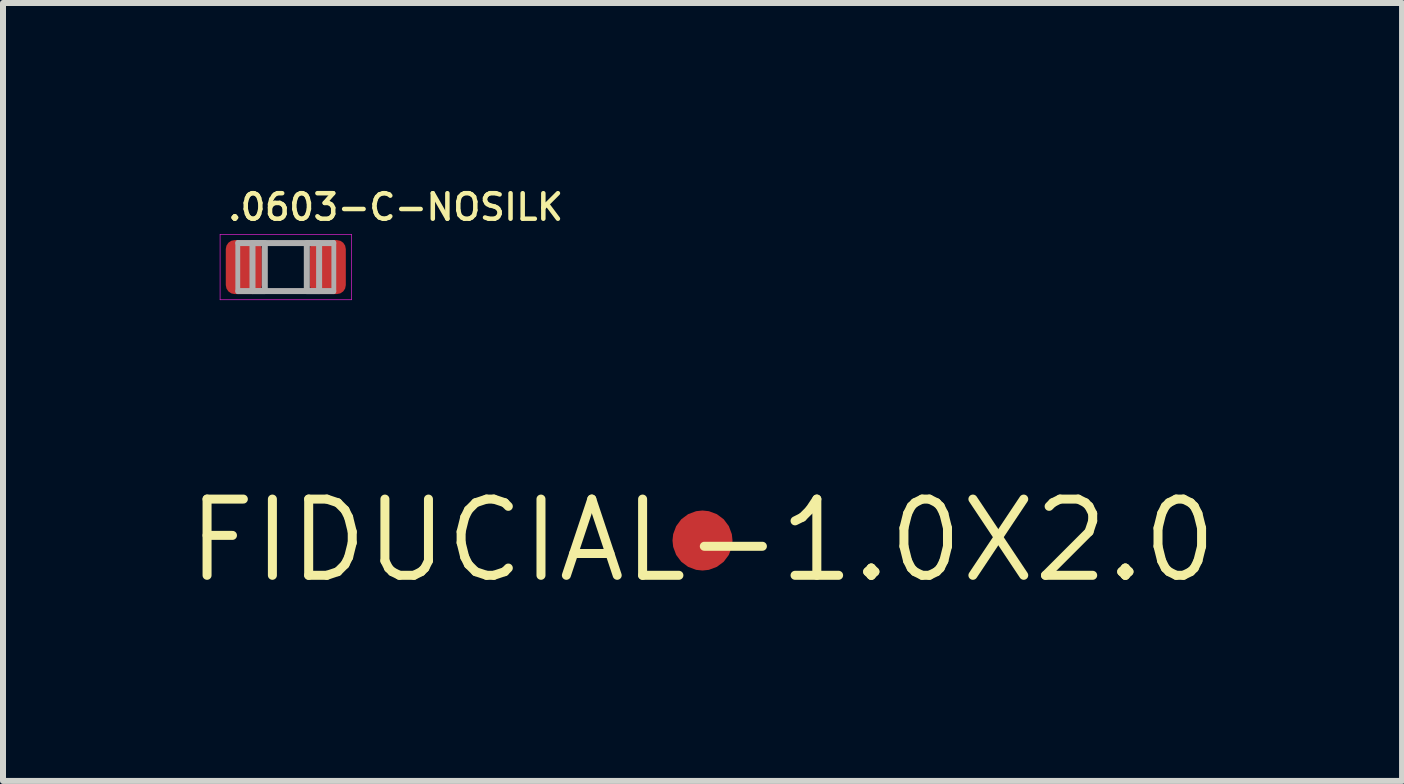
<source format=kicad_pcb>
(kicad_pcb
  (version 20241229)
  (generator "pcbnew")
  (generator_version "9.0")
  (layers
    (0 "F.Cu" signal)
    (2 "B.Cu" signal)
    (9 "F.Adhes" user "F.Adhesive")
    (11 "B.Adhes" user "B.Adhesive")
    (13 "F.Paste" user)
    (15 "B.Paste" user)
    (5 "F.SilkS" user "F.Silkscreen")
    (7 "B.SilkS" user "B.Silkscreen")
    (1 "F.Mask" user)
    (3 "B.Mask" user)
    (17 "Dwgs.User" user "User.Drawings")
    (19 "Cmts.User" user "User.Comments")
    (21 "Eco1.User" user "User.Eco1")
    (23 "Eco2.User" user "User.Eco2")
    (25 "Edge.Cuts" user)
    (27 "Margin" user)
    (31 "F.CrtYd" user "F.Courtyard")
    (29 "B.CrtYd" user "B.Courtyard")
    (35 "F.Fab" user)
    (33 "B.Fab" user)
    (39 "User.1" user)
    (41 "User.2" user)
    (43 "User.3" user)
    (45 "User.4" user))
  (footprint ".0603-C-NOSILK"
    (layer "F.Cu")
    (at 1.712 1.4)
    (property "Reference" ".0603-C-NOSILK" (at -1 -0.75 0) (unlocked yes) (layer "F.SilkS") (effects (font (size 0.425 0.425) (thickness 0.075)) (justify left bottom)))
    (fp_line (start -0.845 -0.295) (end -0.845 0.295) (stroke (width 0.43) (type solid)) (layer "F.Mask"))
    (fp_line (start -0.8 0.41) (end -0.8 -0.41) (stroke (width 0.08) (type solid)) (layer "F.Mask"))
    (fp_line (start -0.79 -0.4) (end 0.79 -0.4) (stroke (width 0.1) (type solid)) (layer "F.Mask"))
    (fp_line (start -0.555 -0.295) (end -0.845 -0.295) (stroke (width 0.43) (type solid)) (layer "F.Mask"))
    (fp_line (start -0.555 -0.295) (end -0.555 0.295) (stroke (width 0.43) (type solid)) (layer "F.Mask"))
    (fp_line (start -0.555 0.295) (end -0.845 0.295) (stroke (width 0.43) (type solid)) (layer "F.Mask"))
    (fp_line (start 0.555 -0.295) (end 0.555 0.295) (stroke (width 0.43) (type solid)) (layer "F.Mask"))
    (fp_line (start 0.79 0.4) (end -0.79 0.4) (stroke (width 0.1) (type solid)) (layer "F.Mask"))
    (fp_line (start 0.8 -0.41) (end 0.8 0.41) (stroke (width 0.08) (type solid)) (layer "F.Mask"))
    (fp_line (start 0.845 -0.295) (end 0.555 -0.295) (stroke (width 0.43) (type solid)) (layer "F.Mask"))
    (fp_line (start 0.845 -0.295) (end 0.845 0.295) (stroke (width 0.43) (type solid)) (layer "F.Mask"))
    (fp_line (start 0.845 0.295) (end 0.555 0.295) (stroke (width 0.43) (type solid)) (layer "F.Mask"))
    (fp_line (start -1.095 -0.545) (end -1.095 0.545) (stroke (width 0.01) (type solid)) (layer "F.CrtYd"))
    (fp_line (start -1.095 0.545) (end 1.095 0.545) (stroke (width 0.01) (type solid)) (layer "F.CrtYd"))
    (fp_line (start 1.095 -0.545) (end -1.095 -0.545) (stroke (width 0.01) (type solid)) (layer "F.CrtYd"))
    (fp_line (start 1.095 0.545) (end 1.095 -0.545) (stroke (width 0.01) (type solid)) (layer "F.CrtYd"))
    (fp_line (start -0.8 0.41) (end -0.8 -0.41) (stroke (width 0.08) (type solid)) (layer "F.Fab"))
    (fp_line (start -0.79 -0.4) (end 0.79 -0.4) (stroke (width 0.1) (type solid)) (layer "F.Fab"))
    (fp_line (start 0.79 0.4) (end -0.79 0.4) (stroke (width 0.1) (type solid)) (layer "F.Fab"))
    (fp_line (start 0.8 -0.41) (end 0.8 0.41) (stroke (width 0.08) (type solid)) (layer "F.Fab"))
    (fp_poly (pts (xy -0.555 0.4) (xy -0.35 0.4) (xy -0.35 -0.4) (xy -0.555 -0.4)) (stroke (width 0.1) (type default)) (fill no) (layer "F.Fab"))
    (fp_poly (pts (xy 0.35 0.4) (xy 0.555 0.4) (xy 0.555 -0.4) (xy 0.35 -0.4)) (stroke (width 0.1) (type default)) (fill no) (layer "F.Fab"))
    (fp_text user "${REFERENCE}" (at 0 0 0) (unlocked yes) (layer "F.Mask") (effects (font (size 0.255 0.255) (thickness 0.045))))
    (pad "1" smd roundrect (at -0.7 0) (size 0.6 0.9) (layers "F.Cu" "F.Paste") (roundrect_rratio 0.25))
    (pad "2" smd roundrect (at 0.7 0) (size 0.6 0.9) (layers "F.Cu" "F.Paste") (roundrect_rratio 0.25)))
  (footprint "FIDUCIAL-1.0X2.0"
    (layer "F.Cu")
    (at 8.655 5.956)
    (property "Reference" "FIDUCIAL-1.0X2.0" (at 0 0 0) (layer "F.SilkS") (effects (font (size 1.27 1.27) (thickness 0.15))))
    (fp_circle (center 0 0) (end 0.5 0) (stroke (width 1) (type solid)) (fill no) (layer "F.Mask"))
    (pad "FIDUCIAL" smd roundrect (at 0 0) (size 1 1) (layers "F.Cu") (roundrect_rratio 0.5)))
  (gr_rect
    (start -3 -3)
    (end 20.311 9.962)
    (stroke (width 0.1) (type default))
    (fill no)
    (layer "Edge.Cuts")))
</source>
